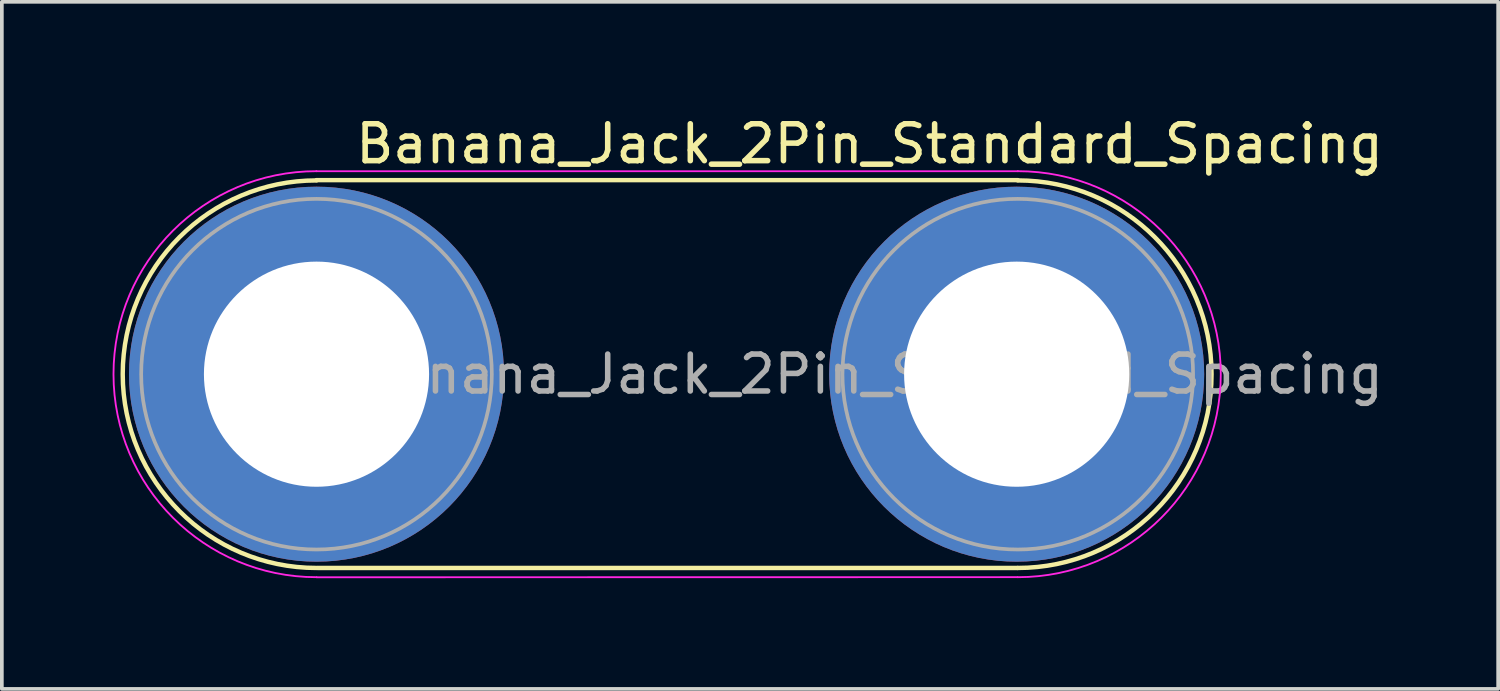
<source format=kicad_pcb>
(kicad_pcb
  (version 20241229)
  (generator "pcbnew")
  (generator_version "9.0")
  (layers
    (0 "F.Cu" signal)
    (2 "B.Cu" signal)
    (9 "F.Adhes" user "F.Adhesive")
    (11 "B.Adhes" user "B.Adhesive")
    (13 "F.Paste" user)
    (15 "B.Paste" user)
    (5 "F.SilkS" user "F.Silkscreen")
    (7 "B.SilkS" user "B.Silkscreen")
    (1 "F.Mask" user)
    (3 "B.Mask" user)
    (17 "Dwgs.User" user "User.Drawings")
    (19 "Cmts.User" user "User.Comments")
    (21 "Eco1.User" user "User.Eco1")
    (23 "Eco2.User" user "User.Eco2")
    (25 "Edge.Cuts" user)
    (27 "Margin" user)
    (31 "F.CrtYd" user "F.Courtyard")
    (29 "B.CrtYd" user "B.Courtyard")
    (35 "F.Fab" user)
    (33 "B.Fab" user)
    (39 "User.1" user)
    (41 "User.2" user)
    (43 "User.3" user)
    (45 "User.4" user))
  (footprint "Banana_Jack_2Pin_Standard_Spacing"
    (layer "F.Cu")
    (at 5.525 7.088)
    (property "Reference" "Banana_Jack_2Pin_Standard_Spacing" (at 14.985 -6.24 0) (layer "F.SilkS") (effects (font (size 1 1) (thickness 0.15))))
    (attr through_hole)
    (fp_line (start 18.994 5.25) (end 0.03 5.25) (stroke (width 0.12) (type solid)) (layer "F.SilkS"))
    (fp_line (start 18.999 -5.258) (end 0 -5.258) (stroke (width 0.12) (type solid)) (layer "F.SilkS"))
    (fp_arc (start 0 5.25) (mid -5.25 0) (end 0 -5.25) (stroke (width 0.12) (type solid)) (layer "F.SilkS"))
    (fp_arc (start 19 -5.25) (mid 24.25 0) (end 19 5.25) (stroke (width 0.12) (type solid)) (layer "F.SilkS"))
    (fp_line (start 0.005 5.502) (end 18.994 5.499) (stroke (width 0.05) (type solid)) (layer "F.CrtYd"))
    (fp_line (start 18.999 -5.499) (end 0 -5.499) (stroke (width 0.05) (type solid)) (layer "F.CrtYd"))
    (fp_arc (start 0 5.5) (mid -5.5 0) (end 0 -5.5) (stroke (width 0.05) (type solid)) (layer "F.CrtYd"))
    (fp_arc (start 19 -5.5) (mid 24.5 0) (end 19 5.5) (stroke (width 0.05) (type solid)) (layer "F.CrtYd"))
    (fp_circle (center 0 0) (end 2 0) (stroke (width 0.1) (type solid)) (fill no) (layer "F.Fab"))
    (fp_circle (center 0 0) (end 4.75 0) (stroke (width 0.1) (type solid)) (fill no) (layer "F.Fab"))
    (fp_circle (center 19 0) (end 21 0) (stroke (width 0.1) (type solid)) (fill no) (layer "F.Fab"))
    (fp_circle (center 19 0) (end 23.75 0) (stroke (width 0.1) (type solid)) (fill no) (layer "F.Fab"))
    (fp_text user "${REFERENCE}" (at 14.985 0 0) (layer "F.Fab") (effects (font (size 1 1) (thickness 0.15))))
    (pad "1" thru_hole circle (at 0 0) (size 10.16 10.16) (drill 6.1) (layers "*.Cu" "*.Mask"))
    (pad "2" thru_hole circle (at 18.97 0) (size 10.16 10.16) (drill 6.1) (layers "*.Cu" "*.Mask")))
  (gr_rect
    (start -3 -3)
    (end 37.54 15.615)
    (stroke (width 0.1) (type default))
    (fill no)
    (layer "Edge.Cuts")))
</source>
